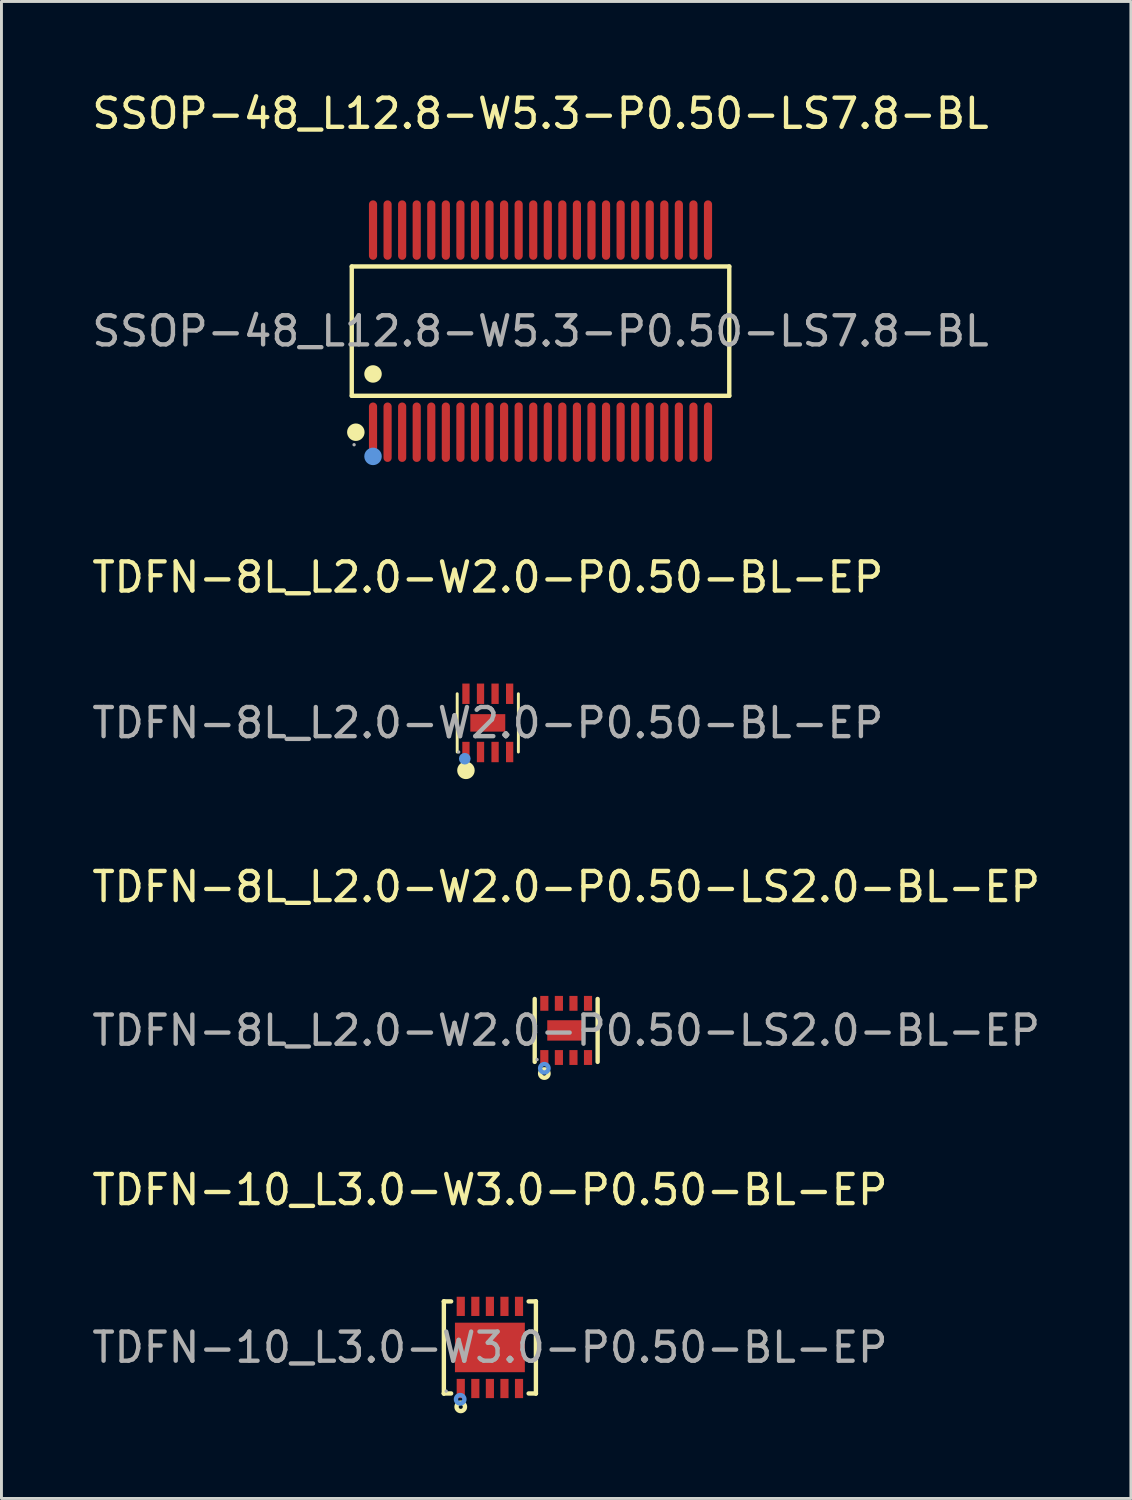
<source format=kicad_pcb>
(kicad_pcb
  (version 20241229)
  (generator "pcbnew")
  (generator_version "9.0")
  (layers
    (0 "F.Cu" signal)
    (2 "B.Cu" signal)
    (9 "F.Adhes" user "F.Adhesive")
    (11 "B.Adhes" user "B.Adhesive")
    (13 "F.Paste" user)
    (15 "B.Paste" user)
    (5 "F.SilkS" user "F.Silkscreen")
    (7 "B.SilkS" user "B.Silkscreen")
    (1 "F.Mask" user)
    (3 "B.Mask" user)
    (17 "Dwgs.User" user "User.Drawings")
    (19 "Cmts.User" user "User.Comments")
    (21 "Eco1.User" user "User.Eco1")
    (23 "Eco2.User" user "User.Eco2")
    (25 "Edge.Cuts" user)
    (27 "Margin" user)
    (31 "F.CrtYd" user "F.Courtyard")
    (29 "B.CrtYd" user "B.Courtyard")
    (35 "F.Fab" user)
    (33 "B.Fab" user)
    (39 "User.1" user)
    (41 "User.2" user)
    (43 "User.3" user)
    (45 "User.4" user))
  (footprint "TDFN-8L_L2.0-W2.0-P0.50-BL-EP"
    (layer "F.Cu")
    (at 13.696 21.767)
    (property "Reference" "TDFN-8L_L2.0-W2.0-P0.50-BL-EP" (at 0 -5 0) (layer "F.SilkS") (effects (font (size 1 1) (thickness 0.15))))
    (attr through_hole)
    (fp_line (start -1.05 1) (end -1.05 -1) (stroke (width 0.1) (type solid)) (layer "F.SilkS"))
    (fp_line (start 1.05 1) (end 1.05 -1) (stroke (width 0.1) (type solid)) (layer "F.SilkS"))
    (fp_arc (start -0.75 1.63) (mid -0.75 1.63) (end -0.75 1.63) (stroke (width 0.3) (type solid)) (layer "F.SilkS"))
    (fp_circle (center -0.79 1.23) (end -0.69 1.23) (stroke (width 0.2) (type solid)) (fill no) (layer "Cmts.User"))
    (fp_circle (center -1 1) (end -0.97 1) (stroke (width 0.06) (type solid)) (fill no) (layer "F.Fab"))
    (fp_text user "${REFERENCE}" (at 0 0 0) (layer "F.Fab") (effects (font (size 1 1) (thickness 0.15))))
    (pad "1" smd rect (at -0.75 1 90) (size 0.7 0.25) (layers "F.Cu" "F.Mask" "F.Paste"))
    (pad "2" smd rect (at -0.25 1 90) (size 0.7 0.25) (layers "F.Cu" "F.Mask" "F.Paste"))
    (pad "3" smd rect (at 0.25 1 90) (size 0.7 0.25) (layers "F.Cu" "F.Mask" "F.Paste"))
    (pad "4" smd rect (at 0.75 1 90) (size 0.7 0.25) (layers "F.Cu" "F.Mask" "F.Paste"))
    (pad "5" smd rect (at 0.75 -1 90) (size 0.7 0.25) (layers "F.Cu" "F.Mask" "F.Paste"))
    (pad "6" smd rect (at 0.25 -1 90) (size 0.7 0.25) (layers "F.Cu" "F.Mask" "F.Paste"))
    (pad "7" smd rect (at -0.25 -1 90) (size 0.7 0.25) (layers "F.Cu" "F.Mask" "F.Paste"))
    (pad "8" smd rect (at -0.75 -1 90) (size 0.7 0.25) (layers "F.Cu" "F.Mask" "F.Paste"))
    (pad "9" smd rect (at 0 0 180) (size 1.2 0.6) (layers "F.Cu" "F.Mask" "F.Paste")))
  (footprint "TDFN-10_L3.0-W3.0-P0.50-BL-EP"
    (layer "F.Cu")
    (at 13.768 43.208)
    (property "Reference" "TDFN-10_L3.0-W3.0-P0.50-BL-EP" (at 0 -5.41 0) (layer "F.SilkS") (effects (font (size 1 1) (thickness 0.15))))
    (attr through_hole)
    (fp_line (start -1.58 -1.58) (end -1.58 -1.58) (stroke (width 0.15) (type solid)) (layer "F.SilkS"))
    (fp_line (start -1.58 -1.58) (end -1.33 -1.58) (stroke (width 0.15) (type solid)) (layer "F.SilkS"))
    (fp_line (start -1.58 1.58) (end -1.58 -1.58) (stroke (width 0.15) (type solid)) (layer "F.SilkS"))
    (fp_line (start -1.58 1.58) (end -1.58 1.58) (stroke (width 0.15) (type solid)) (layer "F.SilkS"))
    (fp_line (start -1.33 1.58) (end -1.58 1.58) (stroke (width 0.15) (type solid)) (layer "F.SilkS"))
    (fp_line (start 1.33 1.58) (end 1.58 1.58) (stroke (width 0.15) (type solid)) (layer "F.SilkS"))
    (fp_line (start 1.58 -1.58) (end 1.33 -1.58) (stroke (width 0.15) (type solid)) (layer "F.SilkS"))
    (fp_line (start 1.58 -1.58) (end 1.58 -1.58) (stroke (width 0.15) (type solid)) (layer "F.SilkS"))
    (fp_line (start 1.58 1.58) (end 1.58 -1.58) (stroke (width 0.15) (type solid)) (layer "F.SilkS"))
    (fp_line (start 1.58 1.58) (end 1.58 1.58) (stroke (width 0.15) (type solid)) (layer "F.SilkS"))
    (fp_circle (center -1 2.04) (end -0.93 2.04) (stroke (width 0.15) (type solid)) (fill no) (layer "F.SilkS"))
    (fp_circle (center -1.02 1.78) (end -0.95 1.78) (stroke (width 0.15) (type solid)) (fill no) (layer "Cmts.User"))
    (fp_circle (center -1.5 1.5) (end -1.47 1.5) (stroke (width 0.06) (type solid)) (fill no) (layer "F.Fab"))
    (fp_text user "${REFERENCE}" (at 0 0 0) (layer "F.Fab") (effects (font (size 1 1) (thickness 0.15))))
    (pad "1" smd rect (at -1 1.41) (size 0.28 0.66) (layers "F.Cu" "F.Mask" "F.Paste"))
    (pad "2" smd rect (at -0.5 1.41) (size 0.28 0.66) (layers "F.Cu" "F.Mask" "F.Paste"))
    (pad "3" smd rect (at 0 1.41) (size 0.28 0.66) (layers "F.Cu" "F.Mask" "F.Paste"))
    (pad "4" smd rect (at 0.5 1.41) (size 0.28 0.66) (layers "F.Cu" "F.Mask" "F.Paste"))
    (pad "5" smd rect (at 1 1.41) (size 0.28 0.66) (layers "F.Cu" "F.Mask" "F.Paste"))
    (pad "6" smd rect (at 1 -1.41) (size 0.28 0.66) (layers "F.Cu" "F.Mask" "F.Paste"))
    (pad "7" smd rect (at 0.5 -1.41) (size 0.28 0.66) (layers "F.Cu" "F.Mask" "F.Paste"))
    (pad "8" smd rect (at 0 -1.41) (size 0.28 0.66) (layers "F.Cu" "F.Mask" "F.Paste"))
    (pad "9" smd rect (at -0.5 -1.41) (size 0.28 0.66) (layers "F.Cu" "F.Mask" "F.Paste"))
    (pad "10" smd rect (at -1 -1.41) (size 0.28 0.66) (layers "F.Cu" "F.Mask" "F.Paste"))
    (pad "11" smd rect (at 0 0) (size 2.4 1.7) (layers "F.Cu" "F.Mask" "F.Paste")))
  (footprint "TDFN-8L_L2.0-W2.0-P0.50-LS2.0-BL-EP"
    (layer "F.Cu")
    (at 16.387 32.325)
    (property "Reference" "TDFN-8L_L2.0-W2.0-P0.50-LS2.0-BL-EP" (at 0 -4.93 0) (layer "F.SilkS") (effects (font (size 1 1) (thickness 0.15))))
    (attr through_hole)
    (fp_line (start -1.08 1.08) (end -1.08 -1.08) (stroke (width 0.15) (type solid)) (layer "F.SilkS"))
    (fp_line (start 1.08 1.08) (end 1.08 -1.08) (stroke (width 0.15) (type solid)) (layer "F.SilkS"))
    (fp_circle (center -0.75 1.48) (end -0.68 1.48) (stroke (width 0.15) (type solid)) (fill no) (layer "F.SilkS"))
    (fp_circle (center -0.75 1.3) (end -0.68 1.3) (stroke (width 0.15) (type solid)) (fill no) (layer "Cmts.User"))
    (fp_circle (center -1 1) (end -0.97 1) (stroke (width 0.06) (type solid)) (fill no) (layer "F.Fab"))
    (fp_text user "${REFERENCE}" (at 0 0 0) (layer "F.Fab") (effects (font (size 1 1) (thickness 0.15))))
    (pad "1" smd rect (at -0.75 0.93) (size 0.28 0.51) (layers "F.Cu" "F.Mask" "F.Paste"))
    (pad "2" smd rect (at -0.25 0.93) (size 0.28 0.51) (layers "F.Cu" "F.Mask" "F.Paste"))
    (pad "3" smd rect (at 0.25 0.93) (size 0.28 0.51) (layers "F.Cu" "F.Mask" "F.Paste"))
    (pad "4" smd rect (at 0.75 0.93) (size 0.28 0.51) (layers "F.Cu" "F.Mask" "F.Paste"))
    (pad "5" smd rect (at 0.75 -0.93) (size 0.28 0.51) (layers "F.Cu" "F.Mask" "F.Paste"))
    (pad "6" smd rect (at 0.25 -0.93) (size 0.28 0.51) (layers "F.Cu" "F.Mask" "F.Paste"))
    (pad "7" smd rect (at -0.25 -0.93) (size 0.28 0.51) (layers "F.Cu" "F.Mask" "F.Paste"))
    (pad "8" smd rect (at -0.75 -0.93) (size 0.28 0.51) (layers "F.Cu" "F.Mask" "F.Paste"))
    (pad "9" smd rect (at 0 0) (size 1.3 0.7) (layers "F.Cu" "F.Mask" "F.Paste")))
  (footprint "SSOP-48_L12.8-W5.3-P0.50-LS7.8-BL"
    (layer "F.Cu")
    (at 15.506 8.318)
    (property "Reference" "SSOP-48_L12.8-W5.3-P0.50-LS7.8-BL" (at 0 -7.47 0) (layer "F.SilkS") (effects (font (size 1 1) (thickness 0.15))))
    (attr through_hole)
    (fp_line (start -6.48 -2.22) (end 6.48 -2.22) (stroke (width 0.15) (type solid)) (layer "F.SilkS"))
    (fp_line (start -6.48 2.22) (end -6.48 -2.22) (stroke (width 0.15) (type solid)) (layer "F.SilkS"))
    (fp_line (start 6.48 -2.22) (end 6.48 2.22) (stroke (width 0.15) (type solid)) (layer "F.SilkS"))
    (fp_line (start 6.48 2.22) (end -6.48 2.22) (stroke (width 0.15) (type solid)) (layer "F.SilkS"))
    (fp_circle (center -6.34 3.47) (end -6.19 3.47) (stroke (width 0.3) (type solid)) (fill no) (layer "F.SilkS"))
    (fp_circle (center -5.75 1.47) (end -5.6 1.47) (stroke (width 0.3) (type solid)) (fill no) (layer "F.SilkS"))
    (fp_circle (center -5.75 4.3) (end -5.6 4.3) (stroke (width 0.3) (type solid)) (fill no) (layer "Cmts.User"))
    (fp_circle (center -6.4 3.9) (end -6.37 3.9) (stroke (width 0.06) (type solid)) (fill no) (layer "F.Fab"))
    (fp_text user "${REFERENCE}" (at 0 0 0) (layer "F.Fab") (effects (font (size 1 1) (thickness 0.15))))
    (pad "1" smd oval (at -5.75 3.47) (size 0.28 2.04) (layers "F.Cu" "F.Mask" "F.Paste"))
    (pad "2" smd oval (at -5.25 3.47) (size 0.28 2.04) (layers "F.Cu" "F.Mask" "F.Paste"))
    (pad "3" smd oval (at -4.75 3.47) (size 0.28 2.04) (layers "F.Cu" "F.Mask" "F.Paste"))
    (pad "4" smd oval (at -4.25 3.47) (size 0.28 2.04) (layers "F.Cu" "F.Mask" "F.Paste"))
    (pad "5" smd oval (at -3.75 3.47) (size 0.28 2.04) (layers "F.Cu" "F.Mask" "F.Paste"))
    (pad "6" smd oval (at -3.25 3.47) (size 0.28 2.04) (layers "F.Cu" "F.Mask" "F.Paste"))
    (pad "7" smd oval (at -2.75 3.47) (size 0.28 2.04) (layers "F.Cu" "F.Mask" "F.Paste"))
    (pad "8" smd oval (at -2.25 3.47) (size 0.28 2.04) (layers "F.Cu" "F.Mask" "F.Paste"))
    (pad "9" smd oval (at -1.75 3.47) (size 0.28 2.04) (layers "F.Cu" "F.Mask" "F.Paste"))
    (pad "10" smd oval (at -1.25 3.47) (size 0.28 2.04) (layers "F.Cu" "F.Mask" "F.Paste"))
    (pad "11" smd oval (at -0.75 3.47) (size 0.28 2.04) (layers "F.Cu" "F.Mask" "F.Paste"))
    (pad "12" smd oval (at -0.25 3.47) (size 0.28 2.04) (layers "F.Cu" "F.Mask" "F.Paste"))
    (pad "13" smd oval (at 0.25 3.47) (size 0.28 2.04) (layers "F.Cu" "F.Mask" "F.Paste"))
    (pad "14" smd oval (at 0.75 3.47) (size 0.28 2.04) (layers "F.Cu" "F.Mask" "F.Paste"))
    (pad "15" smd oval (at 1.25 3.47) (size 0.28 2.04) (layers "F.Cu" "F.Mask" "F.Paste"))
    (pad "16" smd oval (at 1.75 3.47) (size 0.28 2.04) (layers "F.Cu" "F.Mask" "F.Paste"))
    (pad "17" smd oval (at 2.25 3.47) (size 0.28 2.04) (layers "F.Cu" "F.Mask" "F.Paste"))
    (pad "18" smd oval (at 2.75 3.47) (size 0.28 2.04) (layers "F.Cu" "F.Mask" "F.Paste"))
    (pad "19" smd oval (at 3.25 3.47) (size 0.28 2.04) (layers "F.Cu" "F.Mask" "F.Paste"))
    (pad "20" smd oval (at 3.75 3.47) (size 0.28 2.04) (layers "F.Cu" "F.Mask" "F.Paste"))
    (pad "21" smd oval (at 4.25 3.47) (size 0.28 2.04) (layers "F.Cu" "F.Mask" "F.Paste"))
    (pad "22" smd oval (at 4.75 3.47) (size 0.28 2.04) (layers "F.Cu" "F.Mask" "F.Paste"))
    (pad "23" smd oval (at 5.25 3.47) (size 0.28 2.04) (layers "F.Cu" "F.Mask" "F.Paste"))
    (pad "24" smd oval (at 5.75 3.47) (size 0.28 2.04) (layers "F.Cu" "F.Mask" "F.Paste"))
    (pad "25" smd oval (at 5.75 -3.47) (size 0.28 2.04) (layers "F.Cu" "F.Mask" "F.Paste"))
    (pad "26" smd oval (at 5.25 -3.47) (size 0.28 2.04) (layers "F.Cu" "F.Mask" "F.Paste"))
    (pad "27" smd oval (at 4.75 -3.47) (size 0.28 2.04) (layers "F.Cu" "F.Mask" "F.Paste"))
    (pad "28" smd oval (at 4.25 -3.47) (size 0.28 2.04) (layers "F.Cu" "F.Mask" "F.Paste"))
    (pad "29" smd oval (at 3.75 -3.47) (size 0.28 2.04) (layers "F.Cu" "F.Mask" "F.Paste"))
    (pad "30" smd oval (at 3.25 -3.47) (size 0.28 2.04) (layers "F.Cu" "F.Mask" "F.Paste"))
    (pad "31" smd oval (at 2.75 -3.47) (size 0.28 2.04) (layers "F.Cu" "F.Mask" "F.Paste"))
    (pad "32" smd oval (at 2.25 -3.47) (size 0.28 2.04) (layers "F.Cu" "F.Mask" "F.Paste"))
    (pad "33" smd oval (at 1.75 -3.47) (size 0.28 2.04) (layers "F.Cu" "F.Mask" "F.Paste"))
    (pad "34" smd oval (at 1.25 -3.47) (size 0.28 2.04) (layers "F.Cu" "F.Mask" "F.Paste"))
    (pad "35" smd oval (at 0.75 -3.47) (size 0.28 2.04) (layers "F.Cu" "F.Mask" "F.Paste"))
    (pad "36" smd oval (at 0.25 -3.47) (size 0.28 2.04) (layers "F.Cu" "F.Mask" "F.Paste"))
    (pad "37" smd oval (at -0.25 -3.47) (size 0.28 2.04) (layers "F.Cu" "F.Mask" "F.Paste"))
    (pad "38" smd oval (at -0.75 -3.47) (size 0.28 2.04) (layers "F.Cu" "F.Mask" "F.Paste"))
    (pad "39" smd oval (at -1.25 -3.47) (size 0.28 2.04) (layers "F.Cu" "F.Mask" "F.Paste"))
    (pad "40" smd oval (at -1.75 -3.47) (size 0.28 2.04) (layers "F.Cu" "F.Mask" "F.Paste"))
    (pad "41" smd oval (at -2.25 -3.47) (size 0.28 2.04) (layers "F.Cu" "F.Mask" "F.Paste"))
    (pad "42" smd oval (at -2.75 -3.47) (size 0.28 2.04) (layers "F.Cu" "F.Mask" "F.Paste"))
    (pad "43" smd oval (at -3.25 -3.47) (size 0.28 2.04) (layers "F.Cu" "F.Mask" "F.Paste"))
    (pad "44" smd oval (at -3.75 -3.47) (size 0.28 2.04) (layers "F.Cu" "F.Mask" "F.Paste"))
    (pad "45" smd oval (at -4.25 -3.47) (size 0.28 2.04) (layers "F.Cu" "F.Mask" "F.Paste"))
    (pad "46" smd oval (at -4.75 -3.47) (size 0.28 2.04) (layers "F.Cu" "F.Mask" "F.Paste"))
    (pad "47" smd oval (at -5.25 -3.47) (size 0.28 2.04) (layers "F.Cu" "F.Mask" "F.Paste"))
    (pad "48" smd oval (at -5.75 -3.47) (size 0.28 2.04) (layers "F.Cu" "F.Mask" "F.Paste")))
  (gr_rect
    (start -3 -3)
    (end 35.774 48.393)
    (stroke (width 0.1) (type default))
    (fill no)
    (layer "Edge.Cuts")))
</source>
